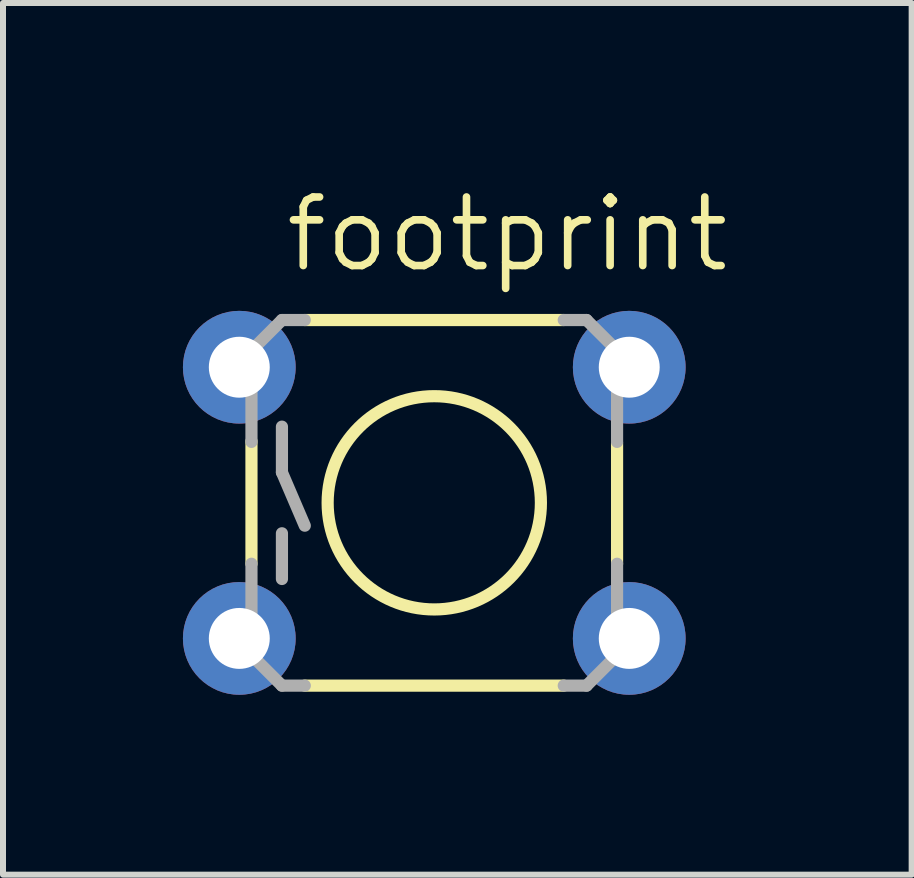
<source format=kicad_pcb>
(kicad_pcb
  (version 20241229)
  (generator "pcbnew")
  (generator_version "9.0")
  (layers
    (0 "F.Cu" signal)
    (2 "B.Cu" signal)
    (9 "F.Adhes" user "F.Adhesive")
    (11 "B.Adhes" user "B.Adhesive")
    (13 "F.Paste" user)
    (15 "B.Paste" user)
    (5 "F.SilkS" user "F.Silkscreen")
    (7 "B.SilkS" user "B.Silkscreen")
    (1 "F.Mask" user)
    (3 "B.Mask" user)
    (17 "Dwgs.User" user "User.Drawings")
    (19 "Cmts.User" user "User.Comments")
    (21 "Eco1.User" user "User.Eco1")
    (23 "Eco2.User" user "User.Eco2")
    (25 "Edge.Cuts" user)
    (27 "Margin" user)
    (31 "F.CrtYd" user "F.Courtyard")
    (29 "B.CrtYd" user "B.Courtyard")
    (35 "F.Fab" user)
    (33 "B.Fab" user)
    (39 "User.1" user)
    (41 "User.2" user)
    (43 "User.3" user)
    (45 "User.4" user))
  (footprint "footprint"
    (layer "F.Cu")
    (at 4.191 5.334)
    (property "Reference" "footprint" (at -2.54 -3.81 0) (layer "F.SilkS") (effects (font (size 1.143 1.143) (thickness 0.127)) (justify left bottom)))
    (fp_line (start -3.048 -1.028) (end -3.048 1.016) (stroke (width 0.203) (type solid)) (layer "F.SilkS"))
    (fp_line (start -2.159 3.048) (end 2.159 3.048) (stroke (width 0.203) (type solid)) (layer "F.SilkS"))
    (fp_line (start 2.159 -3.048) (end -2.159 -3.048) (stroke (width 0.203) (type solid)) (layer "F.SilkS"))
    (fp_line (start 3.048 -0.998) (end 3.048 1.016) (stroke (width 0.203) (type solid)) (layer "F.SilkS"))
    (fp_circle (center 0 0) (end 1.778 0) (stroke (width 0.203) (type solid)) (fill no) (layer "F.SilkS"))
    (fp_line (start -3.048 -2.54) (end -3.048 -1.016) (stroke (width 0.203) (type solid)) (layer "F.Fab"))
    (fp_line (start -3.048 2.54) (end -3.048 1.016) (stroke (width 0.203) (type solid)) (layer "F.Fab"))
    (fp_line (start -2.54 -3.048) (end -3.048 -2.54) (stroke (width 0.203) (type solid)) (layer "F.Fab"))
    (fp_line (start -2.54 -3.048) (end -2.159 -3.048) (stroke (width 0.203) (type solid)) (layer "F.Fab"))
    (fp_line (start -2.54 -1.27) (end -2.54 -0.508) (stroke (width 0.203) (type solid)) (layer "F.Fab"))
    (fp_line (start -2.54 -0.508) (end -2.159 0.381) (stroke (width 0.203) (type solid)) (layer "F.Fab"))
    (fp_line (start -2.54 0.508) (end -2.54 1.27) (stroke (width 0.203) (type solid)) (layer "F.Fab"))
    (fp_line (start -2.54 3.048) (end -3.048 2.54) (stroke (width 0.203) (type solid)) (layer "F.Fab"))
    (fp_line (start -2.54 3.048) (end -2.159 3.048) (stroke (width 0.203) (type solid)) (layer "F.Fab"))
    (fp_line (start 2.54 -3.048) (end 2.159 -3.048) (stroke (width 0.203) (type solid)) (layer "F.Fab"))
    (fp_line (start 2.54 3.048) (end 2.159 3.048) (stroke (width 0.203) (type solid)) (layer "F.Fab"))
    (fp_line (start 2.54 3.048) (end 3.048 2.54) (stroke (width 0.203) (type solid)) (layer "F.Fab"))
    (fp_line (start 3.048 -2.54) (end 2.54 -3.048) (stroke (width 0.203) (type solid)) (layer "F.Fab"))
    (fp_line (start 3.048 -1.016) (end 3.048 -2.54) (stroke (width 0.203) (type solid)) (layer "F.Fab"))
    (fp_line (start 3.048 2.54) (end 3.048 1.016) (stroke (width 0.203) (type solid)) (layer "F.Fab"))
    (pad "1" thru_hole circle (at -3.251 -2.261) (size 1.88 1.88) (drill 1.016) (layers "*.Cu" "*.Mask"))
    (pad "2" thru_hole circle (at 3.251 -2.261) (size 1.88 1.88) (drill 1.016) (layers "*.Cu" "*.Mask"))
    (pad "3" thru_hole circle (at -3.251 2.261) (size 1.88 1.88) (drill 1.016) (layers "*.Cu" "*.Mask"))
    (pad "4" thru_hole circle (at 3.251 2.261) (size 1.88 1.88) (drill 1.016) (layers "*.Cu" "*.Mask")))
  (gr_rect
    (start -3 -3)
    (end 12.151 11.534)
    (stroke (width 0.1) (type default))
    (fill no)
    (layer "Edge.Cuts")))
</source>
